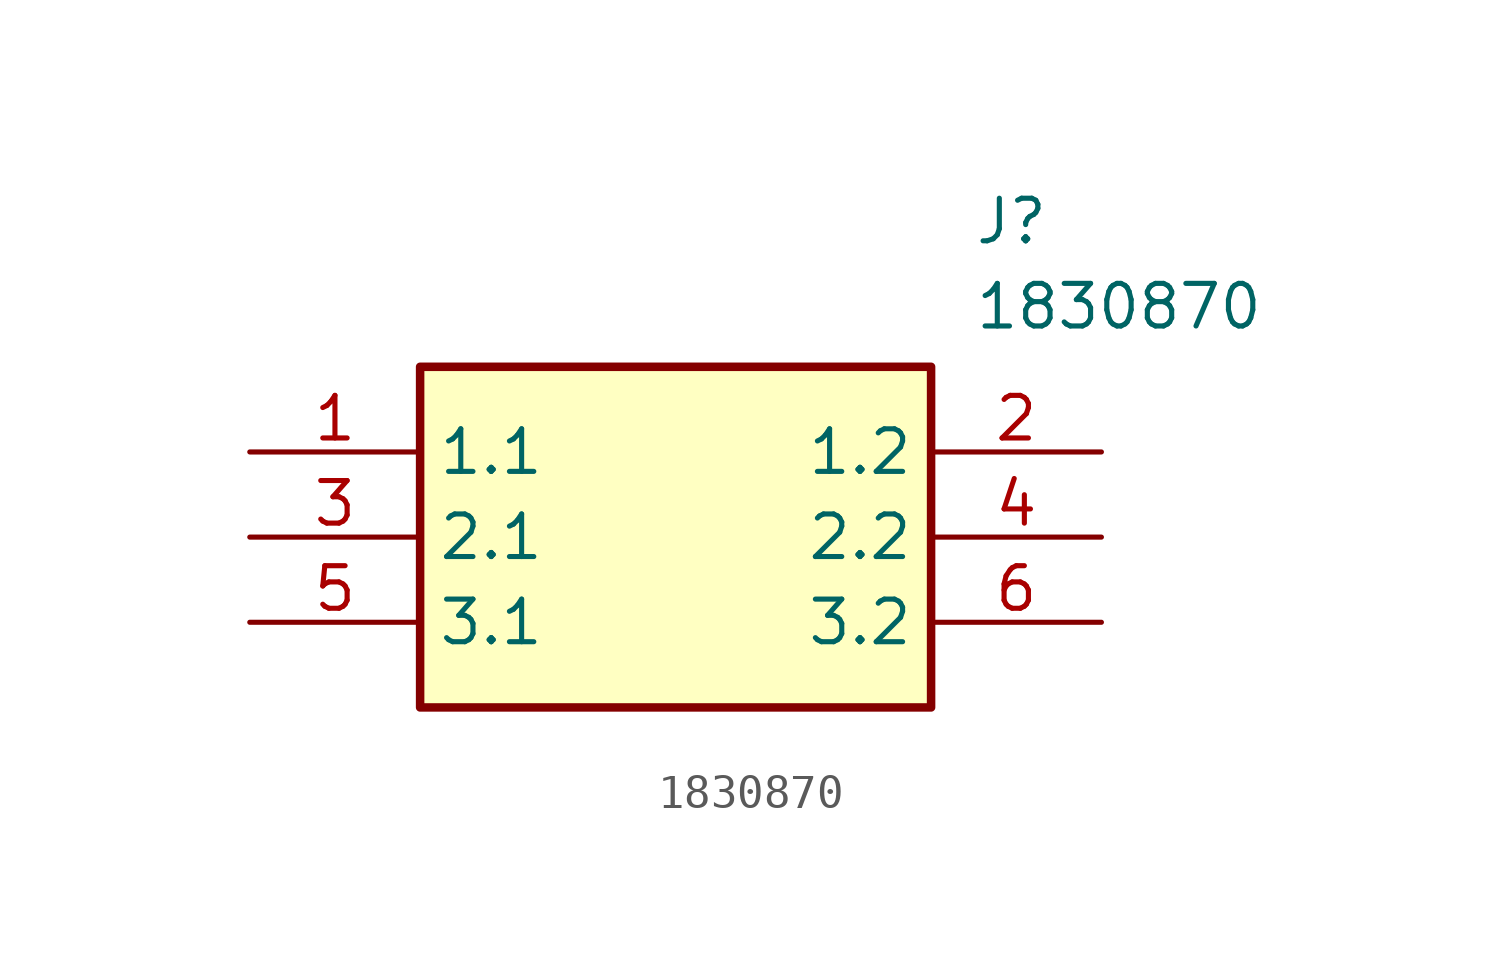
<source format=kicad_sym>
(kicad_symbol_lib
  (version 20211014)
  (generator SamacSys_ECAD_Model)
  (symbol "1830870"
    (property "Reference" "J"
      (at 21.59 7.62 0)
      (effects (font (size 1.27 1.27)) (justify left top)))
    (property "Value" "1830870"
      (at 21.59 5.08 0)
      (effects (font (size 1.27 1.27)) (justify left top)))
    (rectangle
      (start 5.08 2.54)
      (end 20.32 -7.62)
      (stroke (width 0.254) (type default))
      (fill (type background)))
    (pin passive line
      (at 0 0 0)
      (length 5.08)
      (name "1.1" (effects (font (size 1.27 1.27))))
      (number "1" (effects (font (size 1.27 1.27)))))
    (pin passive line
      (at 25.4 0 180)
      (length 5.08)
      (name "1.2" (effects (font (size 1.27 1.27))))
      (number "2" (effects (font (size 1.27 1.27)))))
    (pin passive line
      (at 0 -2.54 0)
      (length 5.08)
      (name "2.1" (effects (font (size 1.27 1.27))))
      (number "3" (effects (font (size 1.27 1.27)))))
    (pin passive line
      (at 25.4 -2.54 180)
      (length 5.08)
      (name "2.2" (effects (font (size 1.27 1.27))))
      (number "4" (effects (font (size 1.27 1.27)))))
    (pin passive line
      (at 0 -5.08 0)
      (length 5.08)
      (name "3.1" (effects (font (size 1.27 1.27))))
      (number "5" (effects (font (size 1.27 1.27)))))
    (pin passive line
      (at 25.4 -5.08 180)
      (length 5.08)
      (name "3.2" (effects (font (size 1.27 1.27))))
      (number "6" (effects (font (size 1.27 1.27)))))))
</source>
